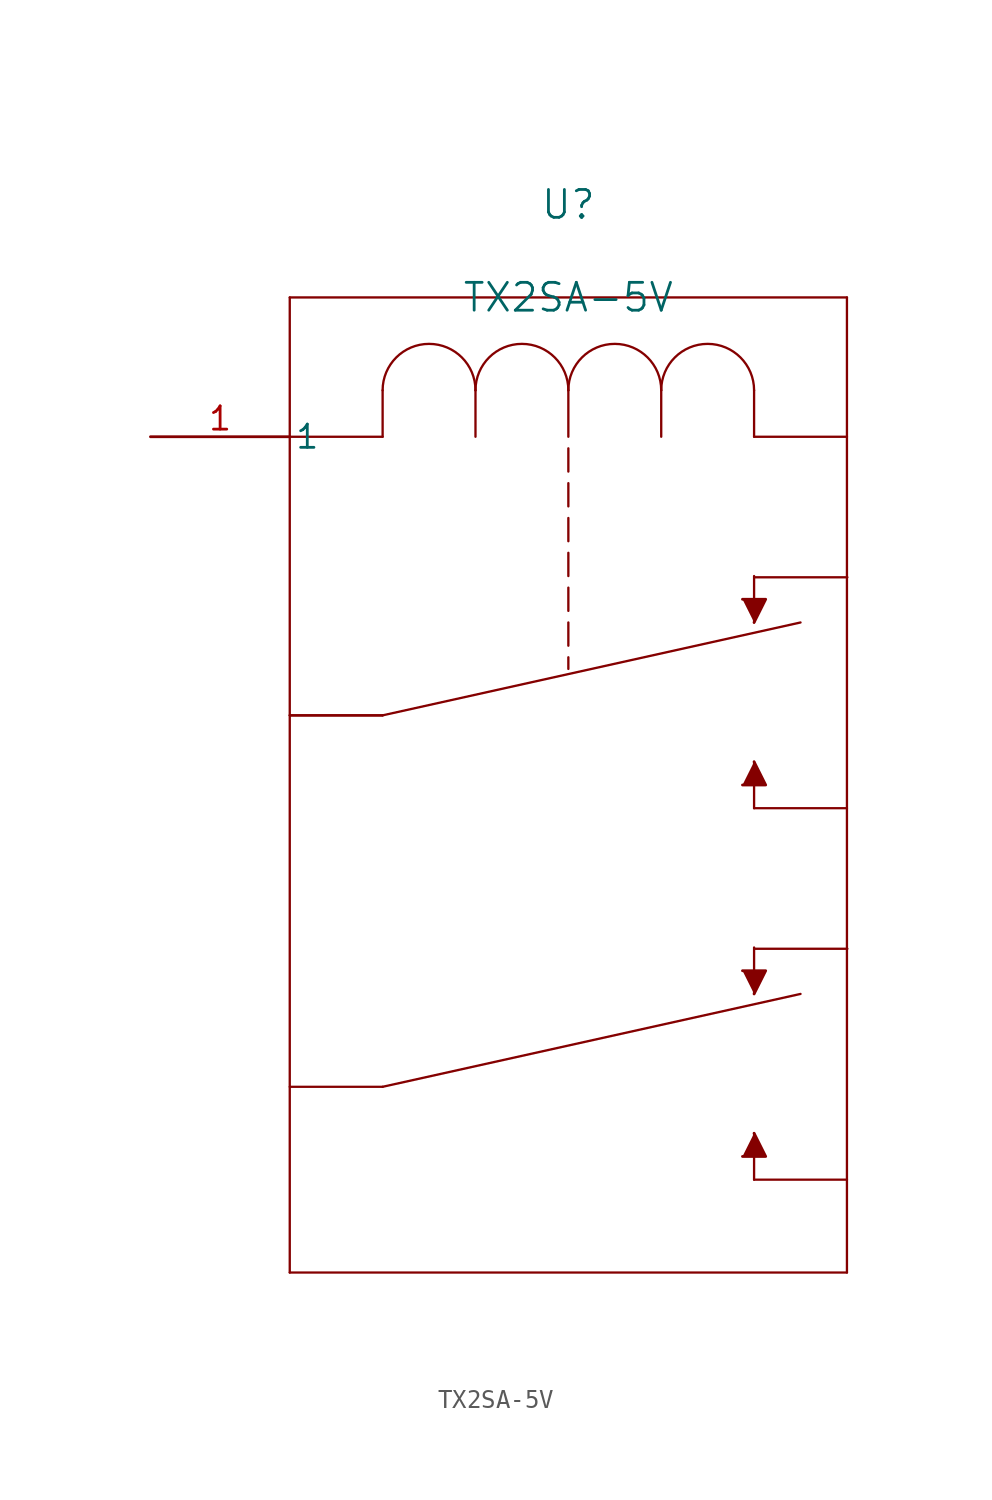
<source format=kicad_sym>
(kicad_symbol_lib
  (version 20211014)
  (generator kicad_symbol_editor)
  (symbol "TX2SA-5V"
    (pin_names
      (offset 0.254))
    (property "Reference" "U"
      (at 22.86 12.7 0)
      (effects (font (size 1.524 1.524))))
    (property "Value" "TX2SA-5V"
      (at 22.86 7.62 0)
      (effects (font (size 1.524 1.524))))
    (symbol "TX2SA-5V_0_1"
      (polyline (pts (xy 12.7 -15.24) (xy 35.56 -10.16)) (stroke (width 0.127) (type default) (color 0 0 0 0)) (fill (type none)))
      (polyline (pts (xy 12.7 -15.24) (xy 7.62 -15.24)) (stroke (width 0.127) (type default) (color 0 0 0 0)) (fill (type none)))
      (polyline (pts (xy 38.1 -20.32) (xy 33.02 -20.32)) (stroke (width 0.127) (type default) (color 0 0 0 0)) (fill (type none)))
      (polyline (pts (xy 33.042 -7.688) (xy 38.122 -7.688)) (stroke (width 0.127) (type default) (color 0 0 0 0)) (fill (type none)))
      (polyline (pts (xy 38.1 7.62) (xy 7.62 7.62)) (stroke (width 0.127) (type default) (color 0 0 0 0)) (fill (type none)))
      (polyline (pts (xy 22.86 -1.905) (xy 22.86 -0.635)) (stroke (width 0.127) (type default) (color 0 0 0 0)) (fill (type none)))
      (polyline (pts (xy 22.86 -2.54) (xy 22.86 -3.81)) (stroke (width 0.127) (type default) (color 0 0 0 0)) (fill (type none)))
      (polyline (pts (xy 22.86 -4.445) (xy 22.86 -5.715)) (stroke (width 0.127) (type default) (color 0 0 0 0)) (fill (type none)))
      (polyline (pts (xy 22.86 -6.35) (xy 22.86 -7.62)) (stroke (width 0.127) (type default) (color 0 0 0 0)) (fill (type none)))
      (polyline (pts (xy 22.86 -8.255) (xy 22.86 -9.525)) (stroke (width 0.127) (type default) (color 0 0 0 0)) (fill (type none)))
      (polyline (pts (xy 33.02 -10.16) (xy 33.02 -7.62)) (stroke (width 0.127) (type default) (color 0 0 0 0)) (fill (type none)))
      (polyline (pts (xy 33.02 -20.32) (xy 33.02 -17.78)) (stroke (width 0.127) (type default) (color 0 0 0 0)) (fill (type none)))
      (polyline (pts (xy 7.62 -45.72) (xy 38.1 -45.72)) (stroke (width 0.127) (type default) (color 0 0 0 0)) (fill (type none)))
      (polyline (pts (xy 7.62 7.62) (xy 7.62 -45.72)) (stroke (width 0.127) (type default) (color 0 0 0 0)) (fill (type none)))
      (polyline (pts (xy 38.1 -40.64) (xy 33.02 -40.64)) (stroke (width 0.127) (type default) (color 0 0 0 0)) (fill (type none)))
      (polyline (pts (xy 38.1 7.62) (xy 38.1 -45.72)) (stroke (width 0.127) (type default) (color 0 0 0 0)) (fill (type none)))
      (polyline (pts (xy 33.02 -40.64) (xy 33.02 -38.1)) (stroke (width 0.127) (type default) (color 0 0 0 0)) (fill (type none)))
      (polyline (pts (xy 33.042 -28.008) (xy 38.122 -28.008)) (stroke (width 0.127) (type default) (color 0 0 0 0)) (fill (type none)))
      (polyline (pts (xy 33.02 -30.48) (xy 33.02 -27.94)) (stroke (width 0.127) (type default) (color 0 0 0 0)) (fill (type none)))
      (polyline (pts (xy 12.7 -35.56) (xy 7.62 -35.56)) (stroke (width 0.127) (type default) (color 0 0 0 0)) (fill (type none)))
      (polyline (pts (xy 12.7 -15.24) (xy 7.62 -15.24)) (stroke (width 0.127) (type default) (color 0 0 0 0)) (fill (type none)))
      (polyline (pts (xy 12.7 -35.56) (xy 35.56 -30.48)) (stroke (width 0.127) (type default) (color 0 0 0 0)) (fill (type none)))
      (arc (start 17.78 2.54) (mid 15.24 5.08) (end 12.7 2.54) (stroke (width 0.127) (type default) (color 0 0 0 0)) (fill (type none)))
      (polyline (pts (xy 12.7 2.54) (xy 12.7 0)) (stroke (width 0.127) (type default) (color 0 0 0 0)) (fill (type none)))
      (arc (start 22.86 2.54) (mid 20.32 5.08) (end 17.78 2.54) (stroke (width 0.127) (type default) (color 0 0 0 0)) (fill (type none)))
      (polyline (pts (xy 17.78 2.54) (xy 17.78 0)) (stroke (width 0.127) (type default) (color 0 0 0 0)) (fill (type none)))
      (arc (start 27.94 2.54) (mid 25.4 5.08) (end 22.86 2.54) (stroke (width 0.127) (type default) (color 0 0 0 0)) (fill (type none)))
      (polyline (pts (xy 22.86 2.54) (xy 22.86 0)) (stroke (width 0.127) (type default) (color 0 0 0 0)) (fill (type none)))
      (arc (start 33.02 2.54) (mid 30.48 5.08) (end 27.94 2.54) (stroke (width 0.127) (type default) (color 0 0 0 0)) (fill (type none)))
      (polyline (pts (xy 27.94 2.54) (xy 27.94 0)) (stroke (width 0.127) (type default) (color 0 0 0 0)) (fill (type none)))
      (polyline (pts (xy 33.02 2.54) (xy 33.02 0)) (stroke (width 0.127) (type default) (color 0 0 0 0)) (fill (type none)))
      (polyline (pts (xy 12.7 0) (xy 7.62 0)) (stroke (width 0.127) (type default) (color 0 0 0 0)) (fill (type none)))
      (polyline (pts (xy 33.02 0) (xy 38.1 0)) (stroke (width 0.127) (type default) (color 0 0 0 0)) (fill (type none)))
      (polyline (pts (xy 22.86 -10.16) (xy 22.86 -11.43)) (stroke (width 0.127) (type default) (color 0 0 0 0)) (fill (type none)))
      (polyline (pts (xy 22.86 -12.065) (xy 22.86 -12.7)) (stroke (width 0.127) (type default) (color 0 0 0 0)) (fill (type none)))
      (polyline (pts (xy 32.385 -8.89) (xy 33.655 -8.89) (xy 33.02 -10.16)) (stroke (width 0) (type default) (color 0 0 0 0)) (fill (type outline)))
      (polyline (pts (xy 32.385 -19.05) (xy 33.655 -19.05) (xy 33.02 -17.78)) (stroke (width 0) (type default) (color 0 0 0 0)) (fill (type outline)))
      (polyline (pts (xy 32.385 -39.37) (xy 33.655 -39.37) (xy 33.02 -38.1)) (stroke (width 0) (type default) (color 0 0 0 0)) (fill (type outline)))
      (polyline (pts (xy 32.385 -29.21) (xy 33.655 -29.21) (xy 33.02 -30.48)) (stroke (width 0) (type default) (color 0 0 0 0)) (fill (type outline)))
      (pin unspecified line (at 0 0 0) (length 7.62) (name "1" (effects (font (size 1.27 1.27)))) (number "1" (effects (font (size 1.27 1.27))))))))
</source>
